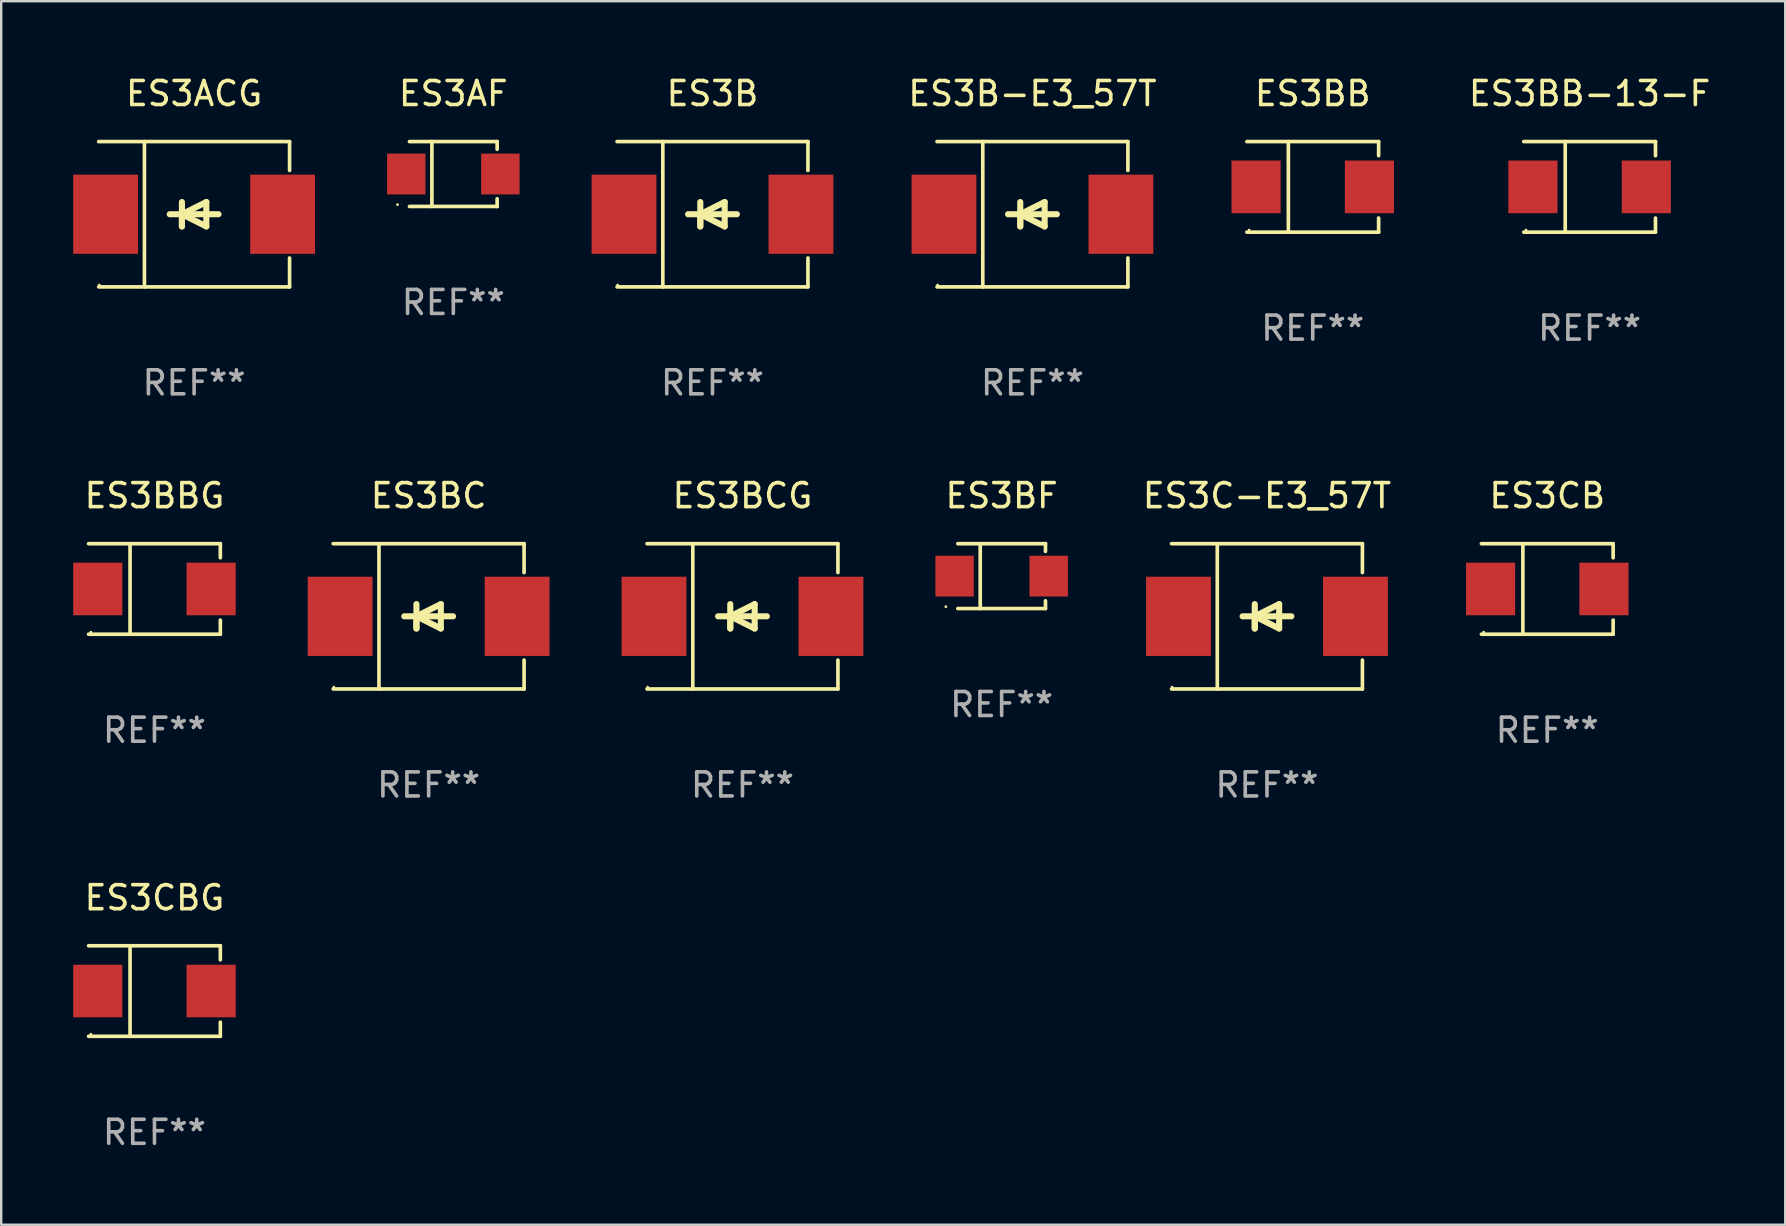
<source format=kicad_pcb>
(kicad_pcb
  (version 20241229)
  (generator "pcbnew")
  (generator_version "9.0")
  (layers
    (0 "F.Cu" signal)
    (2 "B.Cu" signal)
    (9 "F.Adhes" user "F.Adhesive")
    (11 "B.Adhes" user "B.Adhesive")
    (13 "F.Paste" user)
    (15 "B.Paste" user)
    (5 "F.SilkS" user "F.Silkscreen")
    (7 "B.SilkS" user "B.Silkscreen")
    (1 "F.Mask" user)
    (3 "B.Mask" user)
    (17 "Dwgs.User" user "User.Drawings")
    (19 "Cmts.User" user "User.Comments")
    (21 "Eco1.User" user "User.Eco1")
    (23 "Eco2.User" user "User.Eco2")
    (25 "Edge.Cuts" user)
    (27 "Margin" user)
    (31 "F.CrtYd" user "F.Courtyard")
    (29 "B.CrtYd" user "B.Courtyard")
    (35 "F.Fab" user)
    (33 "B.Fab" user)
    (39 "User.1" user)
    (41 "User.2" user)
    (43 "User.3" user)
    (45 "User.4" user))
  (footprint "ES3C-E3_57T"
    (layer "F.Cu")
    (at 49.726 22.623)
    (property "Reference" "ES3C-E3_57T" (at 0 -5.026 0) (layer "F.SilkS") (effects (font (size 1 1) (thickness 0.15))))
    (attr through_hole)
    (fp_line (start -3.976 -3.026) (end 3.976 -3.026) (stroke (width 0.152) (type solid)) (layer "F.SilkS"))
    (fp_line (start -3.976 3.026) (end 3.976 3.026) (stroke (width 0.152) (type solid)) (layer "F.SilkS"))
    (fp_line (start -2.069 -3.026) (end -2.069 3.026) (stroke (width 0.152) (type solid)) (layer "F.SilkS"))
    (fp_line (start -0.508 0) (end -0.508 0.508) (stroke (width 0.254) (type solid)) (layer "F.SilkS"))
    (fp_line (start -0.508 0) (end 0.508 0.508) (stroke (width 0.254) (type solid)) (layer "F.SilkS"))
    (fp_line (start -0.508 0.508) (end -0.508 -0.508) (stroke (width 0.254) (type solid)) (layer "F.SilkS"))
    (fp_line (start 0.508 -0.508) (end -0.508 0) (stroke (width 0.254) (type solid)) (layer "F.SilkS"))
    (fp_line (start 0.508 0.508) (end 0.508 -0.508) (stroke (width 0.254) (type solid)) (layer "F.SilkS"))
    (fp_line (start 1.016 0) (end -1.016 0) (stroke (width 0.254) (type solid)) (layer "F.SilkS"))
    (fp_line (start 3.976 -3.026) (end 3.976 -1.823) (stroke (width 0.152) (type solid)) (layer "F.SilkS"))
    (fp_line (start 3.976 3.026) (end 3.976 1.823) (stroke (width 0.152) (type solid)) (layer "F.SilkS"))
    (fp_circle (center -3.95 2.95) (end -3.92 2.95) (stroke (width 0.06) (type solid)) (fill no) (layer "F.SilkS"))
    (fp_text user "REF**" (at 0 7.026 0) (layer "F.Fab") (effects (font (size 1 1) (thickness 0.15))))
    (pad "1" smd rect (at -3.686 0) (size 2.7 3.3) (layers "F.Cu" "F.Mask" "F.Paste"))
    (pad "2" smd rect (at 3.686 0) (size 2.7 3.3) (layers "F.Cu" "F.Mask" "F.Paste")))
  (footprint "ES3BB-13-F"
    (layer "F.Cu")
    (at 63.166 4.734)
    (property "Reference" "ES3BB-13-F" (at 0 -3.886 0) (layer "F.SilkS") (effects (font (size 1 1) (thickness 0.15))))
    (attr through_hole)
    (fp_line (start -2.744 -1.886) (end 2.744 -1.886) (stroke (width 0.152) (type solid)) (layer "F.SilkS"))
    (fp_line (start -2.744 1.886) (end 2.744 1.886) (stroke (width 0.152) (type solid)) (layer "F.SilkS"))
    (fp_line (start -1.016 -1.886) (end -1.016 1.886) (stroke (width 0.152) (type solid)) (layer "F.SilkS"))
    (fp_line (start 2.744 -1.886) (end 2.744 -1.299) (stroke (width 0.152) (type solid)) (layer "F.SilkS"))
    (fp_line (start 2.744 1.886) (end 2.744 1.299) (stroke (width 0.152) (type solid)) (layer "F.SilkS"))
    (fp_circle (center -2.65 1.8) (end -2.62 1.8) (stroke (width 0.06) (type solid)) (fill no) (layer "F.SilkS"))
    (fp_text user "REF**" (at 0 5.886 0) (layer "F.Fab") (effects (font (size 1 1) (thickness 0.15))))
    (pad "1" smd rect (at -2.361 0) (size 2.047 2.192) (layers "F.Cu" "F.Mask" "F.Paste"))
    (pad "2" smd rect (at 2.361 0) (size 2.047 2.192) (layers "F.Cu" "F.Mask" "F.Paste")))
  (footprint "ES3BCG"
    (layer "F.Cu")
    (at 27.878 22.623)
    (property "Reference" "ES3BCG" (at 0 -5.026 0) (layer "F.SilkS") (effects (font (size 1 1) (thickness 0.15))))
    (attr through_hole)
    (fp_line (start -3.976 -3.026) (end 3.976 -3.026) (stroke (width 0.152) (type solid)) (layer "F.SilkS"))
    (fp_line (start -3.976 3.026) (end 3.976 3.026) (stroke (width 0.152) (type solid)) (layer "F.SilkS"))
    (fp_line (start -2.069 -3.026) (end -2.069 3.026) (stroke (width 0.152) (type solid)) (layer "F.SilkS"))
    (fp_line (start -0.508 0) (end -0.508 0.508) (stroke (width 0.254) (type solid)) (layer "F.SilkS"))
    (fp_line (start -0.508 0) (end 0.508 0.508) (stroke (width 0.254) (type solid)) (layer "F.SilkS"))
    (fp_line (start -0.508 0.508) (end -0.508 -0.508) (stroke (width 0.254) (type solid)) (layer "F.SilkS"))
    (fp_line (start 0.508 -0.508) (end -0.508 0) (stroke (width 0.254) (type solid)) (layer "F.SilkS"))
    (fp_line (start 0.508 0.508) (end 0.508 -0.508) (stroke (width 0.254) (type solid)) (layer "F.SilkS"))
    (fp_line (start 1.016 0) (end -1.016 0) (stroke (width 0.254) (type solid)) (layer "F.SilkS"))
    (fp_line (start 3.976 -3.026) (end 3.976 -1.823) (stroke (width 0.152) (type solid)) (layer "F.SilkS"))
    (fp_line (start 3.976 3.026) (end 3.976 1.823) (stroke (width 0.152) (type solid)) (layer "F.SilkS"))
    (fp_circle (center -3.95 2.95) (end -3.92 2.95) (stroke (width 0.06) (type solid)) (fill no) (layer "F.SilkS"))
    (fp_text user "REF**" (at 0 7.026 0) (layer "F.Fab") (effects (font (size 1 1) (thickness 0.15))))
    (pad "1" smd rect (at -3.686 0) (size 2.7 3.3) (layers "F.Cu" "F.Mask" "F.Paste"))
    (pad "2" smd rect (at 3.686 0) (size 2.7 3.3) (layers "F.Cu" "F.Mask" "F.Paste")))
  (footprint "ES3ACG"
    (layer "F.Cu")
    (at 5.036 5.874)
    (property "Reference" "ES3ACG" (at 0 -5.026 0) (layer "F.SilkS") (effects (font (size 1 1) (thickness 0.15))))
    (attr through_hole)
    (fp_line (start -3.976 -3.026) (end 3.976 -3.026) (stroke (width 0.152) (type solid)) (layer "F.SilkS"))
    (fp_line (start -3.976 3.026) (end 3.976 3.026) (stroke (width 0.152) (type solid)) (layer "F.SilkS"))
    (fp_line (start -2.069 -3.026) (end -2.069 3.026) (stroke (width 0.152) (type solid)) (layer "F.SilkS"))
    (fp_line (start -0.508 0) (end -0.508 0.508) (stroke (width 0.254) (type solid)) (layer "F.SilkS"))
    (fp_line (start -0.508 0) (end 0.508 0.508) (stroke (width 0.254) (type solid)) (layer "F.SilkS"))
    (fp_line (start -0.508 0.508) (end -0.508 -0.508) (stroke (width 0.254) (type solid)) (layer "F.SilkS"))
    (fp_line (start 0.508 -0.508) (end -0.508 0) (stroke (width 0.254) (type solid)) (layer "F.SilkS"))
    (fp_line (start 0.508 0.508) (end 0.508 -0.508) (stroke (width 0.254) (type solid)) (layer "F.SilkS"))
    (fp_line (start 1.016 0) (end -1.016 0) (stroke (width 0.254) (type solid)) (layer "F.SilkS"))
    (fp_line (start 3.976 -3.026) (end 3.976 -1.823) (stroke (width 0.152) (type solid)) (layer "F.SilkS"))
    (fp_line (start 3.976 3.026) (end 3.976 1.823) (stroke (width 0.152) (type solid)) (layer "F.SilkS"))
    (fp_circle (center -3.95 2.95) (end -3.92 2.95) (stroke (width 0.06) (type solid)) (fill no) (layer "F.SilkS"))
    (fp_text user "REF**" (at 0 7.026 0) (layer "F.Fab") (effects (font (size 1 1) (thickness 0.15))))
    (pad "1" smd rect (at -3.686 0) (size 2.7 3.3) (layers "F.Cu" "F.Mask" "F.Paste"))
    (pad "2" smd rect (at 3.686 0) (size 2.7 3.3) (layers "F.Cu" "F.Mask" "F.Paste")))
  (footprint "ES3B-E3_57T"
    (layer "F.Cu")
    (at 39.957 5.874)
    (property "Reference" "ES3B-E3_57T" (at 0 -5.026 0) (layer "F.SilkS") (effects (font (size 1 1) (thickness 0.15))))
    (attr through_hole)
    (fp_line (start -3.976 -3.026) (end 3.976 -3.026) (stroke (width 0.152) (type solid)) (layer "F.SilkS"))
    (fp_line (start -3.976 3.026) (end 3.976 3.026) (stroke (width 0.152) (type solid)) (layer "F.SilkS"))
    (fp_line (start -2.069 -3.026) (end -2.069 3.026) (stroke (width 0.152) (type solid)) (layer "F.SilkS"))
    (fp_line (start -0.508 0) (end -0.508 0.508) (stroke (width 0.254) (type solid)) (layer "F.SilkS"))
    (fp_line (start -0.508 0) (end 0.508 0.508) (stroke (width 0.254) (type solid)) (layer "F.SilkS"))
    (fp_line (start -0.508 0.508) (end -0.508 -0.508) (stroke (width 0.254) (type solid)) (layer "F.SilkS"))
    (fp_line (start 0.508 -0.508) (end -0.508 0) (stroke (width 0.254) (type solid)) (layer "F.SilkS"))
    (fp_line (start 0.508 0.508) (end 0.508 -0.508) (stroke (width 0.254) (type solid)) (layer "F.SilkS"))
    (fp_line (start 1.016 0) (end -1.016 0) (stroke (width 0.254) (type solid)) (layer "F.SilkS"))
    (fp_line (start 3.976 -3.026) (end 3.976 -1.823) (stroke (width 0.152) (type solid)) (layer "F.SilkS"))
    (fp_line (start 3.976 3.026) (end 3.976 1.823) (stroke (width 0.152) (type solid)) (layer "F.SilkS"))
    (fp_circle (center -3.95 2.95) (end -3.92 2.95) (stroke (width 0.06) (type solid)) (fill no) (layer "F.SilkS"))
    (fp_text user "REF**" (at 0 7.026 0) (layer "F.Fab") (effects (font (size 1 1) (thickness 0.15))))
    (pad "1" smd rect (at -3.686 0) (size 2.7 3.3) (layers "F.Cu" "F.Mask" "F.Paste"))
    (pad "2" smd rect (at 3.686 0) (size 2.7 3.3) (layers "F.Cu" "F.Mask" "F.Paste")))
  (footprint "ES3CB"
    (layer "F.Cu")
    (at 61.402 21.483)
    (property "Reference" "ES3CB" (at 0 -3.886 0) (layer "F.SilkS") (effects (font (size 1 1) (thickness 0.15))))
    (attr through_hole)
    (fp_line (start -2.744 -1.886) (end 2.744 -1.886) (stroke (width 0.152) (type solid)) (layer "F.SilkS"))
    (fp_line (start -2.744 1.886) (end 2.744 1.886) (stroke (width 0.152) (type solid)) (layer "F.SilkS"))
    (fp_line (start -1.016 -1.886) (end -1.016 1.886) (stroke (width 0.152) (type solid)) (layer "F.SilkS"))
    (fp_line (start 2.744 -1.886) (end 2.744 -1.299) (stroke (width 0.152) (type solid)) (layer "F.SilkS"))
    (fp_line (start 2.744 1.886) (end 2.744 1.299) (stroke (width 0.152) (type solid)) (layer "F.SilkS"))
    (fp_circle (center -2.65 1.8) (end -2.62 1.8) (stroke (width 0.06) (type solid)) (fill no) (layer "F.SilkS"))
    (fp_text user "REF**" (at 0 5.886 0) (layer "F.Fab") (effects (font (size 1 1) (thickness 0.15))))
    (pad "1" smd rect (at -2.361 0) (size 2.047 2.192) (layers "F.Cu" "F.Mask" "F.Paste"))
    (pad "2" smd rect (at 2.361 0) (size 2.047 2.192) (layers "F.Cu" "F.Mask" "F.Paste")))
  (footprint "ES3CBG"
    (layer "F.Cu")
    (at 3.384 38.232)
    (property "Reference" "ES3CBG" (at 0 -3.886 0) (layer "F.SilkS") (effects (font (size 1 1) (thickness 0.15))))
    (attr through_hole)
    (fp_line (start -2.744 -1.886) (end 2.744 -1.886) (stroke (width 0.152) (type solid)) (layer "F.SilkS"))
    (fp_line (start -2.744 1.886) (end 2.744 1.886) (stroke (width 0.152) (type solid)) (layer "F.SilkS"))
    (fp_line (start -1.016 -1.886) (end -1.016 1.886) (stroke (width 0.152) (type solid)) (layer "F.SilkS"))
    (fp_line (start 2.744 -1.886) (end 2.744 -1.299) (stroke (width 0.152) (type solid)) (layer "F.SilkS"))
    (fp_line (start 2.744 1.886) (end 2.744 1.299) (stroke (width 0.152) (type solid)) (layer "F.SilkS"))
    (fp_circle (center -2.65 1.8) (end -2.62 1.8) (stroke (width 0.06) (type solid)) (fill no) (layer "F.SilkS"))
    (fp_text user "REF**" (at 0 5.886 0) (layer "F.Fab") (effects (font (size 1 1) (thickness 0.15))))
    (pad "1" smd rect (at -2.361 0) (size 2.047 2.192) (layers "F.Cu" "F.Mask" "F.Paste"))
    (pad "2" smd rect (at 2.361 0) (size 2.047 2.192) (layers "F.Cu" "F.Mask" "F.Paste")))
  (footprint "ES3BC"
    (layer "F.Cu")
    (at 14.805 22.623)
    (property "Reference" "ES3BC" (at 0 -5.026 0) (layer "F.SilkS") (effects (font (size 1 1) (thickness 0.15))))
    (attr through_hole)
    (fp_line (start -3.976 -3.026) (end 3.976 -3.026) (stroke (width 0.152) (type solid)) (layer "F.SilkS"))
    (fp_line (start -3.976 3.026) (end 3.976 3.026) (stroke (width 0.152) (type solid)) (layer "F.SilkS"))
    (fp_line (start -2.069 -3.026) (end -2.069 3.026) (stroke (width 0.152) (type solid)) (layer "F.SilkS"))
    (fp_line (start -0.508 0) (end -0.508 0.508) (stroke (width 0.254) (type solid)) (layer "F.SilkS"))
    (fp_line (start -0.508 0) (end 0.508 0.508) (stroke (width 0.254) (type solid)) (layer "F.SilkS"))
    (fp_line (start -0.508 0.508) (end -0.508 -0.508) (stroke (width 0.254) (type solid)) (layer "F.SilkS"))
    (fp_line (start 0.508 -0.508) (end -0.508 0) (stroke (width 0.254) (type solid)) (layer "F.SilkS"))
    (fp_line (start 0.508 0.508) (end 0.508 -0.508) (stroke (width 0.254) (type solid)) (layer "F.SilkS"))
    (fp_line (start 1.016 0) (end -1.016 0) (stroke (width 0.254) (type solid)) (layer "F.SilkS"))
    (fp_line (start 3.976 -3.026) (end 3.976 -1.823) (stroke (width 0.152) (type solid)) (layer "F.SilkS"))
    (fp_line (start 3.976 3.026) (end 3.976 1.823) (stroke (width 0.152) (type solid)) (layer "F.SilkS"))
    (fp_circle (center -3.95 2.95) (end -3.92 2.95) (stroke (width 0.06) (type solid)) (fill no) (layer "F.SilkS"))
    (fp_text user "REF**" (at 0 7.026 0) (layer "F.Fab") (effects (font (size 1 1) (thickness 0.15))))
    (pad "1" smd rect (at -3.686 0) (size 2.7 3.3) (layers "F.Cu" "F.Mask" "F.Paste"))
    (pad "2" smd rect (at 3.686 0) (size 2.7 3.3) (layers "F.Cu" "F.Mask" "F.Paste")))
  (footprint "ES3BF"
    (layer "F.Cu")
    (at 38.674 20.948)
    (property "Reference" "ES3BF" (at 0 -3.351 0) (layer "F.SilkS") (effects (font (size 1 1) (thickness 0.15))))
    (attr through_hole)
    (fp_line (start -1.826 -1.351) (end 1.826 -1.351) (stroke (width 0.152) (type solid)) (layer "F.SilkS"))
    (fp_line (start -1.826 1.351) (end 1.826 1.351) (stroke (width 0.152) (type solid)) (layer "F.SilkS"))
    (fp_line (start -0.892 -1.351) (end -0.892 1.351) (stroke (width 0.152) (type solid)) (layer "F.SilkS"))
    (fp_line (start 1.826 -1.351) (end 1.826 -1.03) (stroke (width 0.152) (type solid)) (layer "F.SilkS"))
    (fp_line (start 1.826 1.03) (end 1.826 1.351) (stroke (width 0.152) (type solid)) (layer "F.SilkS"))
    (fp_circle (center -2.325 1.275) (end -2.295 1.275) (stroke (width 0.06) (type solid)) (fill no) (layer "F.SilkS"))
    (fp_text user "REF**" (at 0 5.351 0) (layer "F.Fab") (effects (font (size 1 1) (thickness 0.15))))
    (pad "1" smd rect (at -1.96 0 180) (size 1.6 1.7) (layers "F.Cu" "F.Mask" "F.Paste"))
    (pad "2" smd rect (at 1.96 0 180) (size 1.6 1.7) (layers "F.Cu" "F.Mask" "F.Paste")))
  (footprint "ES3AF"
    (layer "F.Cu")
    (at 15.833 4.199)
    (property "Reference" "ES3AF" (at 0 -3.351 0) (layer "F.SilkS") (effects (font (size 1 1) (thickness 0.15))))
    (attr through_hole)
    (fp_line (start -1.826 -1.351) (end 1.826 -1.351) (stroke (width 0.152) (type solid)) (layer "F.SilkS"))
    (fp_line (start -1.826 1.351) (end 1.826 1.351) (stroke (width 0.152) (type solid)) (layer "F.SilkS"))
    (fp_line (start -0.892 -1.351) (end -0.892 1.351) (stroke (width 0.152) (type solid)) (layer "F.SilkS"))
    (fp_line (start 1.826 -1.351) (end 1.826 -1.03) (stroke (width 0.152) (type solid)) (layer "F.SilkS"))
    (fp_line (start 1.826 1.03) (end 1.826 1.351) (stroke (width 0.152) (type solid)) (layer "F.SilkS"))
    (fp_circle (center -2.325 1.275) (end -2.295 1.275) (stroke (width 0.06) (type solid)) (fill no) (layer "F.SilkS"))
    (fp_text user "REF**" (at 0 5.351 0) (layer "F.Fab") (effects (font (size 1 1) (thickness 0.15))))
    (pad "1" smd rect (at -1.96 0 180) (size 1.6 1.7) (layers "F.Cu" "F.Mask" "F.Paste"))
    (pad "2" smd rect (at 1.96 0 180) (size 1.6 1.7) (layers "F.Cu" "F.Mask" "F.Paste")))
  (footprint "ES3B"
    (layer "F.Cu")
    (at 26.629 5.874)
    (property "Reference" "ES3B" (at 0 -5.026 0) (layer "F.SilkS") (effects (font (size 1 1) (thickness 0.15))))
    (attr through_hole)
    (fp_line (start -3.976 -3.026) (end 3.976 -3.026) (stroke (width 0.152) (type solid)) (layer "F.SilkS"))
    (fp_line (start -3.976 3.026) (end 3.976 3.026) (stroke (width 0.152) (type solid)) (layer "F.SilkS"))
    (fp_line (start -2.069 -3.026) (end -2.069 3.026) (stroke (width 0.152) (type solid)) (layer "F.SilkS"))
    (fp_line (start -0.508 0) (end -0.508 0.508) (stroke (width 0.254) (type solid)) (layer "F.SilkS"))
    (fp_line (start -0.508 0) (end 0.508 0.508) (stroke (width 0.254) (type solid)) (layer "F.SilkS"))
    (fp_line (start -0.508 0.508) (end -0.508 -0.508) (stroke (width 0.254) (type solid)) (layer "F.SilkS"))
    (fp_line (start 0.508 -0.508) (end -0.508 0) (stroke (width 0.254) (type solid)) (layer "F.SilkS"))
    (fp_line (start 0.508 0.508) (end 0.508 -0.508) (stroke (width 0.254) (type solid)) (layer "F.SilkS"))
    (fp_line (start 1.016 0) (end -1.016 0) (stroke (width 0.254) (type solid)) (layer "F.SilkS"))
    (fp_line (start 3.976 -3.026) (end 3.976 -1.823) (stroke (width 0.152) (type solid)) (layer "F.SilkS"))
    (fp_line (start 3.976 3.026) (end 3.976 1.823) (stroke (width 0.152) (type solid)) (layer "F.SilkS"))
    (fp_circle (center -3.95 2.95) (end -3.92 2.95) (stroke (width 0.06) (type solid)) (fill no) (layer "F.SilkS"))
    (fp_text user "REF**" (at 0 7.026 0) (layer "F.Fab") (effects (font (size 1 1) (thickness 0.15))))
    (pad "1" smd rect (at -3.686 0) (size 2.7 3.3) (layers "F.Cu" "F.Mask" "F.Paste"))
    (pad "2" smd rect (at 3.686 0) (size 2.7 3.3) (layers "F.Cu" "F.Mask" "F.Paste")))
  (footprint "ES3BBG"
    (layer "F.Cu")
    (at 3.384 21.483)
    (property "Reference" "ES3BBG" (at 0 -3.886 0) (layer "F.SilkS") (effects (font (size 1 1) (thickness 0.15))))
    (attr through_hole)
    (fp_line (start -2.744 -1.886) (end 2.744 -1.886) (stroke (width 0.152) (type solid)) (layer "F.SilkS"))
    (fp_line (start -2.744 1.886) (end 2.744 1.886) (stroke (width 0.152) (type solid)) (layer "F.SilkS"))
    (fp_line (start -1.016 -1.886) (end -1.016 1.886) (stroke (width 0.152) (type solid)) (layer "F.SilkS"))
    (fp_line (start 2.744 -1.886) (end 2.744 -1.299) (stroke (width 0.152) (type solid)) (layer "F.SilkS"))
    (fp_line (start 2.744 1.886) (end 2.744 1.299) (stroke (width 0.152) (type solid)) (layer "F.SilkS"))
    (fp_circle (center -2.65 1.8) (end -2.62 1.8) (stroke (width 0.06) (type solid)) (fill no) (layer "F.SilkS"))
    (fp_text user "REF**" (at 0 5.886 0) (layer "F.Fab") (effects (font (size 1 1) (thickness 0.15))))
    (pad "1" smd rect (at -2.361 0) (size 2.047 2.192) (layers "F.Cu" "F.Mask" "F.Paste"))
    (pad "2" smd rect (at 2.361 0) (size 2.047 2.192) (layers "F.Cu" "F.Mask" "F.Paste")))
  (footprint "ES3BB"
    (layer "F.Cu")
    (at 51.633 4.734)
    (property "Reference" "ES3BB" (at 0 -3.886 0) (layer "F.SilkS") (effects (font (size 1 1) (thickness 0.15))))
    (attr through_hole)
    (fp_line (start -2.744 -1.886) (end 2.744 -1.886) (stroke (width 0.152) (type solid)) (layer "F.SilkS"))
    (fp_line (start -2.744 1.886) (end 2.744 1.886) (stroke (width 0.152) (type solid)) (layer "F.SilkS"))
    (fp_line (start -1.016 -1.886) (end -1.016 1.886) (stroke (width 0.152) (type solid)) (layer "F.SilkS"))
    (fp_line (start 2.744 -1.886) (end 2.744 -1.299) (stroke (width 0.152) (type solid)) (layer "F.SilkS"))
    (fp_line (start 2.744 1.886) (end 2.744 1.299) (stroke (width 0.152) (type solid)) (layer "F.SilkS"))
    (fp_circle (center -2.65 1.8) (end -2.62 1.8) (stroke (width 0.06) (type solid)) (fill no) (layer "F.SilkS"))
    (fp_text user "REF**" (at 0 5.886 0) (layer "F.Fab") (effects (font (size 1 1) (thickness 0.15))))
    (pad "1" smd rect (at -2.361 0) (size 2.047 2.192) (layers "F.Cu" "F.Mask" "F.Paste"))
    (pad "2" smd rect (at 2.361 0) (size 2.047 2.192) (layers "F.Cu" "F.Mask" "F.Paste")))
  (gr_rect
    (start -3 -3)
    (end 71.315 47.967)
    (stroke (width 0.1) (type default))
    (fill no)
    (layer "Edge.Cuts")))
</source>
